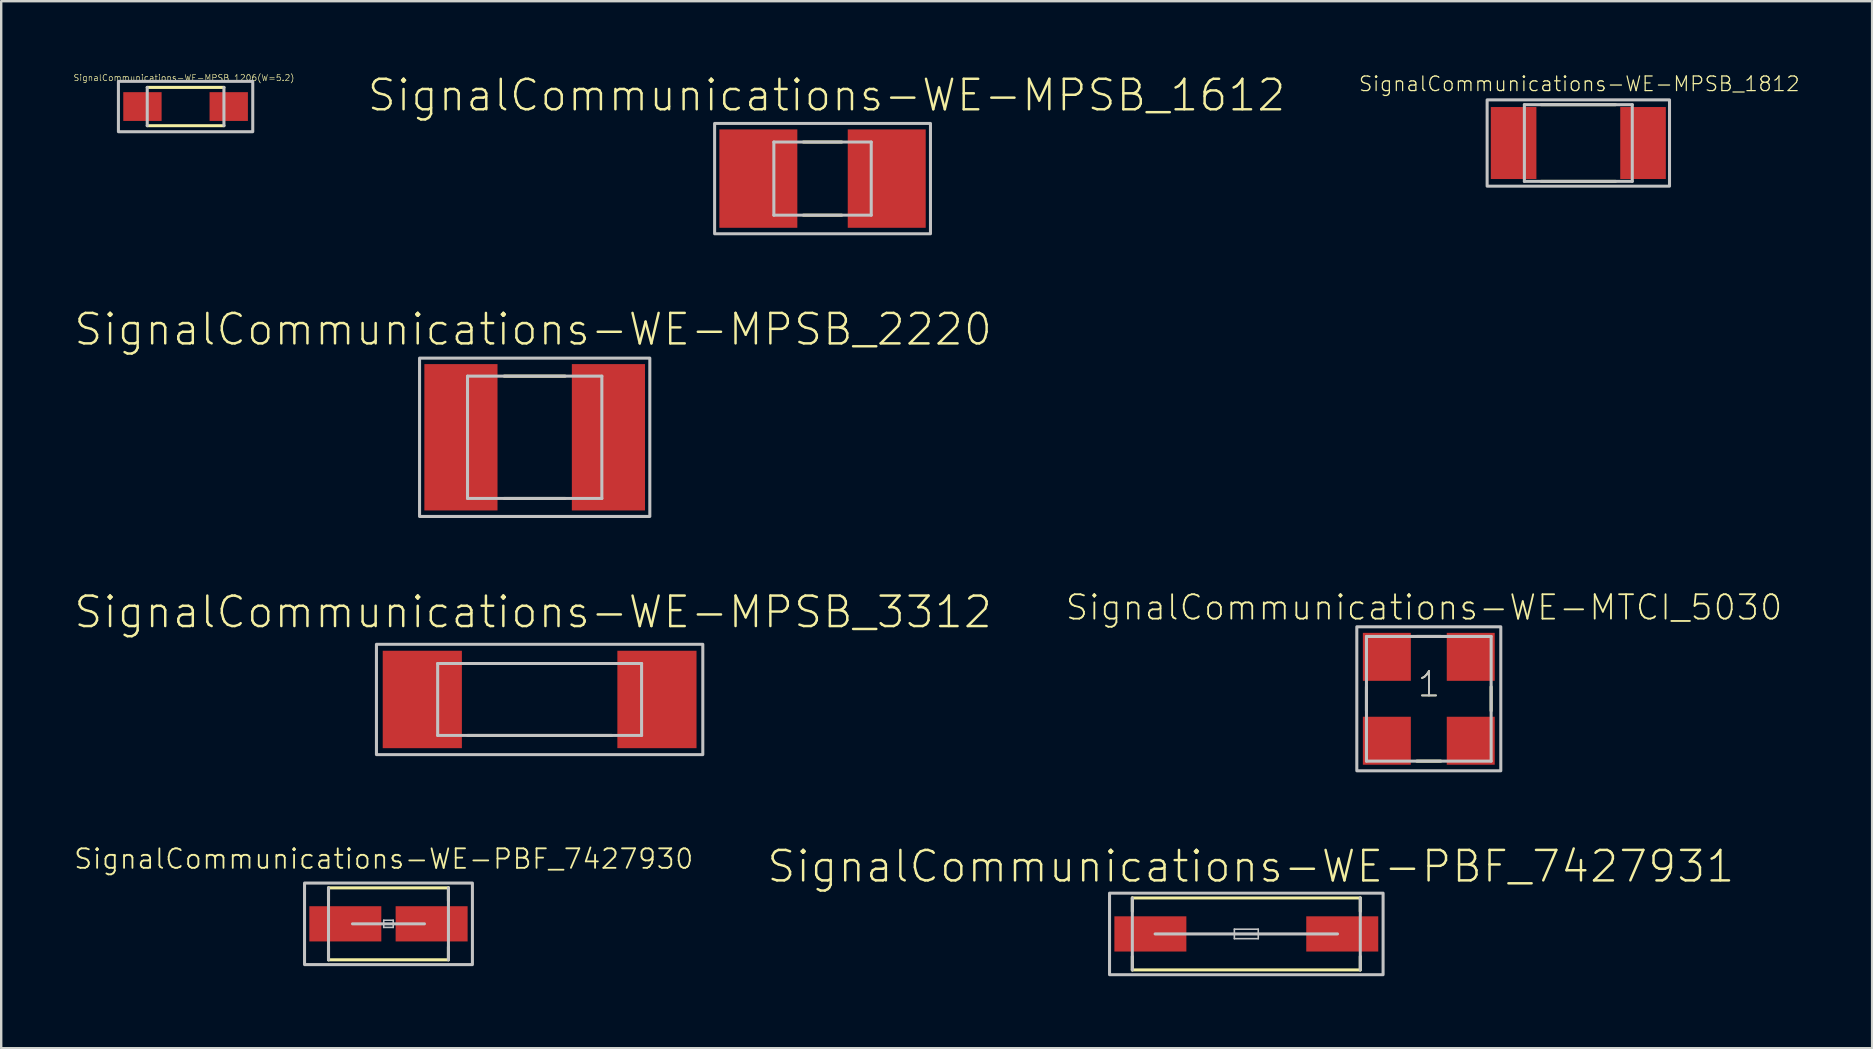
<source format=kicad_pcb>
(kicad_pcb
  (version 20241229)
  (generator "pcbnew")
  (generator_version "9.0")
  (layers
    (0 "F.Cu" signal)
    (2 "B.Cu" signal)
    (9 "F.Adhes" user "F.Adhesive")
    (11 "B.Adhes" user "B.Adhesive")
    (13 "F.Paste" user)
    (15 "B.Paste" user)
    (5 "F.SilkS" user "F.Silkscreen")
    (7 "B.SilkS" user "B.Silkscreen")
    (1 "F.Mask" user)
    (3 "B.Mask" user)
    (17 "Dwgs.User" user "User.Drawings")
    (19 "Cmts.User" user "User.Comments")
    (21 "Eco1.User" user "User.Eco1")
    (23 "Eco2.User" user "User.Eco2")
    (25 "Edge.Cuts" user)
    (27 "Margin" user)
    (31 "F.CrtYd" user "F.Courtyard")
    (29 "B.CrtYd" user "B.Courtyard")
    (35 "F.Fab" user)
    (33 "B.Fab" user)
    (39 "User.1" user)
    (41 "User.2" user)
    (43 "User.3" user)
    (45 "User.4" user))
  (footprint "SignalCommunications-WE-PBF_7427930"
    (layer "F.Cu")
    (at 13.139 35.449)
    (property "Reference" "SignalCommunications-WE-PBF_7427930" (at -0.198 -2.705 0) (layer "F.SilkS") (effects (font (size 0.813 0.813) (thickness 0.076))))
    (attr smd)
    (fp_line (start -2.499 -1.499) (end 2.499 -1.499) (stroke (width 0.127) (type solid)) (layer "F.SilkS"))
    (fp_line (start -2.499 -0.968) (end -2.499 -1.499) (stroke (width 0.127) (type solid)) (layer "F.SilkS"))
    (fp_line (start -2.499 0.95) (end -2.499 1.499) (stroke (width 0.127) (type solid)) (layer "F.SilkS"))
    (fp_line (start -2.499 1.499) (end 2.499 1.499) (stroke (width 0.127) (type solid)) (layer "F.SilkS"))
    (fp_line (start 2.499 -0.958) (end 2.499 -1.499) (stroke (width 0.127) (type solid)) (layer "F.SilkS"))
    (fp_line (start 2.499 0.958) (end 2.499 1.499) (stroke (width 0.127) (type solid)) (layer "F.SilkS"))
    (fp_line (start -2.499 -1.499) (end -2.499 1.499) (stroke (width 0.127) (type solid)) (layer "Dwgs.User"))
    (fp_line (start -1.499 0) (end 1.499 0) (stroke (width 0.127) (type solid)) (layer "Dwgs.User"))
    (fp_line (start -0.198 -0.15) (end 0.198 -0.15) (stroke (width 0.066) (type solid)) (layer "Dwgs.User"))
    (fp_line (start -0.198 0.15) (end -0.198 -0.15) (stroke (width 0.066) (type solid)) (layer "Dwgs.User"))
    (fp_line (start -0.198 0.15) (end 0.198 0.15) (stroke (width 0.066) (type solid)) (layer "Dwgs.User"))
    (fp_line (start 0.198 0.15) (end 0.198 -0.15) (stroke (width 0.066) (type solid)) (layer "Dwgs.User"))
    (fp_line (start 2.499 -1.499) (end 2.499 1.499) (stroke (width 0.127) (type solid)) (layer "Dwgs.User"))
    (fp_poly (pts (xy -3.498 -1.699) (xy 3.498 -1.699) (xy 3.498 1.699) (xy -3.498 1.699) (xy -3.498 -1.699)) (stroke (width 0.127) (type solid)) (fill no) (layer "Dwgs.User"))
    (pad "1" smd rect (at -1.798 0) (size 3 1.468) (layers "F.Cu" "F.Mask" "F.Paste"))
    (pad "2" smd rect (at 1.798 0) (size 3 1.468) (layers "F.Cu" "F.Mask" "F.Paste")))
  (footprint "SignalCommunications-WE-PBF_7427931"
    (layer "F.Cu")
    (at 48.888 35.87)
    (property "Reference" "SignalCommunications-WE-PBF_7427931" (at 0.188 -2.814 0) (layer "F.SilkS") (effects (font (size 1.27 1.27) (thickness 0.102))))
    (attr smd)
    (fp_line (start -4.75 -1.499) (end 4.75 -1.499) (stroke (width 0.127) (type solid)) (layer "F.SilkS"))
    (fp_line (start -4.75 -0.94) (end -4.75 -1.499) (stroke (width 0.127) (type solid)) (layer "F.SilkS"))
    (fp_line (start -4.75 0.94) (end -4.75 1.499) (stroke (width 0.127) (type solid)) (layer "F.SilkS"))
    (fp_line (start -4.75 1.499) (end 4.75 1.499) (stroke (width 0.127) (type solid)) (layer "F.SilkS"))
    (fp_line (start 4.75 -0.94) (end 4.75 -1.499) (stroke (width 0.127) (type solid)) (layer "F.SilkS"))
    (fp_line (start 4.75 0.94) (end 4.75 1.499) (stroke (width 0.127) (type solid)) (layer "F.SilkS"))
    (fp_line (start -4.75 -1.499) (end -4.75 1.499) (stroke (width 0.127) (type solid)) (layer "Dwgs.User"))
    (fp_line (start -3.8 0) (end 3.8 0) (stroke (width 0.127) (type solid)) (layer "Dwgs.User"))
    (fp_line (start -0.498 -0.198) (end 0.498 -0.198) (stroke (width 0.066) (type solid)) (layer "Dwgs.User"))
    (fp_line (start -0.498 0.198) (end -0.498 -0.198) (stroke (width 0.066) (type solid)) (layer "Dwgs.User"))
    (fp_line (start -0.498 0.198) (end 0.498 0.198) (stroke (width 0.066) (type solid)) (layer "Dwgs.User"))
    (fp_line (start 0.498 0.198) (end 0.498 -0.198) (stroke (width 0.066) (type solid)) (layer "Dwgs.User"))
    (fp_line (start 4.75 -1.499) (end 4.75 1.499) (stroke (width 0.127) (type solid)) (layer "Dwgs.User"))
    (fp_poly (pts (xy -5.7 -1.699) (xy 5.7 -1.699) (xy 5.7 1.699) (xy -5.7 1.699) (xy -5.7 -1.699)) (stroke (width 0.127) (type solid)) (fill no) (layer "Dwgs.User"))
    (pad "1" smd rect (at -3.998 0) (size 3 1.468) (layers "F.Cu" "F.Mask" "F.Paste"))
    (pad "2" smd rect (at 3.998 0) (size 3 1.468) (layers "F.Cu" "F.Mask" "F.Paste")))
  (footprint "SignalCommunications-WE-MPSB_2220"
    (layer "F.Cu")
    (at 19.232 15.173)
    (property "Reference" "SignalCommunications-WE-MPSB_2220" (at -0.066 -4.496 0) (layer "F.SilkS") (effects (font (size 1.27 1.27) (thickness 0.102))))
    (attr smd)
    (fp_line (start -1.27 -2.548) (end 1.27 -2.548) (stroke (width 0.127) (type solid)) (layer "F.SilkS"))
    (fp_line (start -1.27 2.548) (end 1.27 2.548) (stroke (width 0.127) (type solid)) (layer "F.SilkS"))
    (fp_line (start -2.799 -2.548) (end -2.799 2.548) (stroke (width 0.127) (type solid)) (layer "Dwgs.User"))
    (fp_line (start -2.799 2.548) (end 2.799 2.548) (stroke (width 0.127) (type solid)) (layer "Dwgs.User"))
    (fp_line (start 2.799 -2.548) (end -2.799 -2.548) (stroke (width 0.127) (type solid)) (layer "Dwgs.User"))
    (fp_line (start 2.799 2.548) (end 2.799 -2.548) (stroke (width 0.127) (type solid)) (layer "Dwgs.User"))
    (fp_poly (pts (xy -4.798 -3.299) (xy 4.798 -3.299) (xy 4.798 3.299) (xy -4.798 3.299) (xy -4.798 -3.299)) (stroke (width 0.127) (type solid)) (fill no) (layer "Dwgs.User"))
    (pad "1" smd rect (at -3.073 0) (size 3.048 6.099) (layers "F.Cu" "F.Mask" "F.Paste"))
    (pad "2" smd rect (at 3.073 0) (size 3.048 6.099) (layers "F.Cu" "F.Mask" "F.Paste")))
  (footprint "SignalCommunications-WE-MPSB_1612"
    (layer "F.Cu")
    (at 31.228 4.393)
    (property "Reference" "SignalCommunications-WE-MPSB_1612" (at 0.168 -3.472 0) (layer "F.SilkS") (effects (font (size 1.27 1.27) (thickness 0.102))))
    (attr smd)
    (fp_line (start -0.798 -1.524) (end 0.798 -1.524) (stroke (width 0.127) (type solid)) (layer "F.SilkS"))
    (fp_line (start -0.798 1.524) (end 0.798 1.524) (stroke (width 0.127) (type solid)) (layer "F.SilkS"))
    (fp_line (start -2.029 -1.524) (end -2.029 1.524) (stroke (width 0.127) (type solid)) (layer "Dwgs.User"))
    (fp_line (start -2.029 1.524) (end 2.029 1.524) (stroke (width 0.127) (type solid)) (layer "Dwgs.User"))
    (fp_line (start 2.029 -1.524) (end -2.029 -1.524) (stroke (width 0.127) (type solid)) (layer "Dwgs.User"))
    (fp_line (start 2.029 1.524) (end 2.029 -1.524) (stroke (width 0.127) (type solid)) (layer "Dwgs.User"))
    (fp_poly (pts (xy -4.498 -2.299) (xy 4.498 -2.299) (xy 4.498 2.299) (xy -4.498 2.299) (xy -4.498 -2.299)) (stroke (width 0.127) (type solid)) (fill no) (layer "Dwgs.User"))
    (pad "1" smd rect (at -2.675 0) (size 3.249 4.1) (layers "F.Cu" "F.Mask" "F.Paste"))
    (pad "2" smd rect (at 2.675 0) (size 3.249 4.1) (layers "F.Cu" "F.Mask" "F.Paste")))
  (footprint "SignalCommunications-WE-MPSB_1812"
    (layer "F.Cu")
    (at 62.724 2.91)
    (property "Reference" "SignalCommunications-WE-MPSB_1812" (at 0.041 -2.464 0) (layer "F.SilkS") (effects (font (size 0.61 0.61) (thickness 0.051))))
    (attr smd)
    (fp_line (start -1.549 -1.598) (end 1.549 -1.598) (stroke (width 0.127) (type solid)) (layer "F.SilkS"))
    (fp_line (start -1.549 1.598) (end 1.549 1.598) (stroke (width 0.127) (type solid)) (layer "F.SilkS"))
    (fp_line (start -2.248 -1.598) (end -2.248 1.598) (stroke (width 0.127) (type solid)) (layer "Dwgs.User"))
    (fp_line (start -2.248 1.598) (end 2.248 1.598) (stroke (width 0.127) (type solid)) (layer "Dwgs.User"))
    (fp_line (start 2.248 -1.598) (end -2.248 -1.598) (stroke (width 0.127) (type solid)) (layer "Dwgs.User"))
    (fp_line (start 2.248 1.598) (end 2.248 -1.598) (stroke (width 0.127) (type solid)) (layer "Dwgs.User"))
    (fp_poly (pts (xy 3.8 -1.798) (xy 3.8 1.798) (xy -3.8 1.798) (xy -3.8 -1.798) (xy 3.8 -1.798)) (stroke (width 0.127) (type solid)) (fill no) (layer "Dwgs.User"))
    (pad "1" smd rect (at -2.697 0) (size 1.9 3) (layers "F.Cu" "F.Mask" "F.Paste"))
    (pad "2" smd rect (at 2.697 0) (size 1.9 3) (layers "F.Cu" "F.Mask" "F.Paste")))
  (footprint "SignalCommunications-WE-MPSB_1206(W=5.2)"
    (layer "F.Cu")
    (at 4.684 1.39)
    (property "Reference" "SignalCommunications-WE-MPSB_1206(W=5.2)" (at -0.069 -1.196 0) (layer "F.SilkS") (effects (font (size 0.254 0.254) (thickness 0.025))))
    (attr smd)
    (fp_line (start -1.598 -0.798) (end 1.598 -0.798) (stroke (width 0.127) (type solid)) (layer "F.SilkS"))
    (fp_line (start -1.598 0.798) (end 1.598 0.798) (stroke (width 0.127) (type solid)) (layer "F.SilkS"))
    (fp_line (start -1.598 -0.798) (end -1.598 0.798) (stroke (width 0.127) (type solid)) (layer "Dwgs.User"))
    (fp_line (start 1.598 -0.798) (end 1.598 0.798) (stroke (width 0.127) (type solid)) (layer "Dwgs.User"))
    (fp_poly (pts (xy -2.799 -1.049) (xy 2.799 -1.049) (xy 2.799 1.049) (xy -2.799 1.049) (xy -2.799 -1.049)) (stroke (width 0.127) (type solid)) (fill no) (layer "Dwgs.User"))
    (pad "1" smd rect (at -1.798 0) (size 1.598 1.199) (layers "F.Cu" "F.Mask" "F.Paste"))
    (pad "2" smd rect (at 1.798 0) (size 1.598 1.199) (layers "F.Cu" "F.Mask" "F.Paste")))
  (footprint "SignalCommunications-WE-MTCI_5030"
    (layer "F.Cu")
    (at 56.493 26.071)
    (property "Reference" "SignalCommunications-WE-MTCI_5030" (at -0.198 -3.807 0) (layer "F.SilkS") (effects (font (size 1.016 1.016) (thickness 0.076))))
    (attr smd)
    (fp_line (start -2.598 -0.498) (end -2.598 0.498) (stroke (width 0.127) (type solid)) (layer "F.SilkS"))
    (fp_line (start -0.498 -2.598) (end 0.498 -2.598) (stroke (width 0.127) (type solid)) (layer "F.SilkS"))
    (fp_line (start -0.498 2.598) (end 0.498 2.598) (stroke (width 0.127) (type solid)) (layer "F.SilkS"))
    (fp_line (start 2.598 -0.498) (end 2.598 0.498) (stroke (width 0.127) (type solid)) (layer "F.SilkS"))
    (fp_line (start -2.598 -2.598) (end 2.598 -2.598) (stroke (width 0.127) (type solid)) (layer "Dwgs.User"))
    (fp_line (start -2.598 2.598) (end -2.598 -2.598) (stroke (width 0.127) (type solid)) (layer "Dwgs.User"))
    (fp_line (start 2.598 -2.598) (end 2.598 2.598) (stroke (width 0.127) (type solid)) (layer "Dwgs.User"))
    (fp_line (start 2.598 2.598) (end -2.598 2.598) (stroke (width 0.127) (type solid)) (layer "Dwgs.User"))
    (fp_poly (pts (xy -3 -3) (xy 3 -3) (xy 3 3) (xy -3 3) (xy -3 -3)) (stroke (width 0.127) (type solid)) (fill no) (layer "Dwgs.User"))
    (fp_text user "1" (at 0.008 -0.607 0) (layer "F.SilkS") (effects (font (size 1.016 1.016) (thickness 0.076))))
    (fp_text user "1" (at 0.008 -0.607 0) (layer "Dwgs.User") (effects (font (size 1.016 1.016) (thickness 0.076))))
    (pad "1" smd rect (at -1.748 -1.748) (size 1.999 1.999) (layers "F.Cu" "F.Mask" "F.Paste"))
    (pad "2" smd rect (at 1.748 -1.748) (size 1.999 1.999) (layers "F.Cu" "F.Mask" "F.Paste"))
    (pad "3" smd rect (at 1.748 1.748) (size 1.999 1.999) (layers "F.Cu" "F.Mask" "F.Paste"))
    (pad "4" smd rect (at -1.748 1.748) (size 1.999 1.999) (layers "F.Cu" "F.Mask" "F.Paste")))
  (footprint "SignalCommunications-WE-MPSB_3312"
    (layer "F.Cu")
    (at 19.438 26.099)
    (property "Reference" "SignalCommunications-WE-MPSB_3312" (at -0.272 -3.642 0) (layer "F.SilkS") (effects (font (size 1.27 1.27) (thickness 0.102))))
    (attr smd)
    (fp_line (start -3 -1.499) (end 3 -1.499) (stroke (width 0.127) (type solid)) (layer "F.SilkS"))
    (fp_line (start -3 1.499) (end 3 1.499) (stroke (width 0.127) (type solid)) (layer "F.SilkS"))
    (fp_line (start -4.249 -1.499) (end -4.249 1.499) (stroke (width 0.127) (type solid)) (layer "Dwgs.User"))
    (fp_line (start -4.249 1.499) (end 4.249 1.499) (stroke (width 0.127) (type solid)) (layer "Dwgs.User"))
    (fp_line (start 4.249 -1.499) (end -4.249 -1.499) (stroke (width 0.127) (type solid)) (layer "Dwgs.User"))
    (fp_line (start 4.249 1.499) (end 4.249 -1.499) (stroke (width 0.127) (type solid)) (layer "Dwgs.User"))
    (fp_poly (pts (xy -6.8 -2.299) (xy 6.8 -2.299) (xy 6.8 2.299) (xy -6.8 2.299) (xy -6.8 -2.299)) (stroke (width 0.127) (type solid)) (fill no) (layer "Dwgs.User"))
    (pad "1" smd rect (at -4.889 0) (size 3.299 4.059) (layers "F.Cu" "F.Mask" "F.Paste"))
    (pad "2" smd rect (at 4.889 0) (size 3.299 4.059) (layers "F.Cu" "F.Mask" "F.Paste")))
  (gr_rect
    (start -3 -3)
    (end 74.968 40.633)
    (stroke (width 0.1) (type default))
    (fill no)
    (layer "Edge.Cuts")))
</source>
